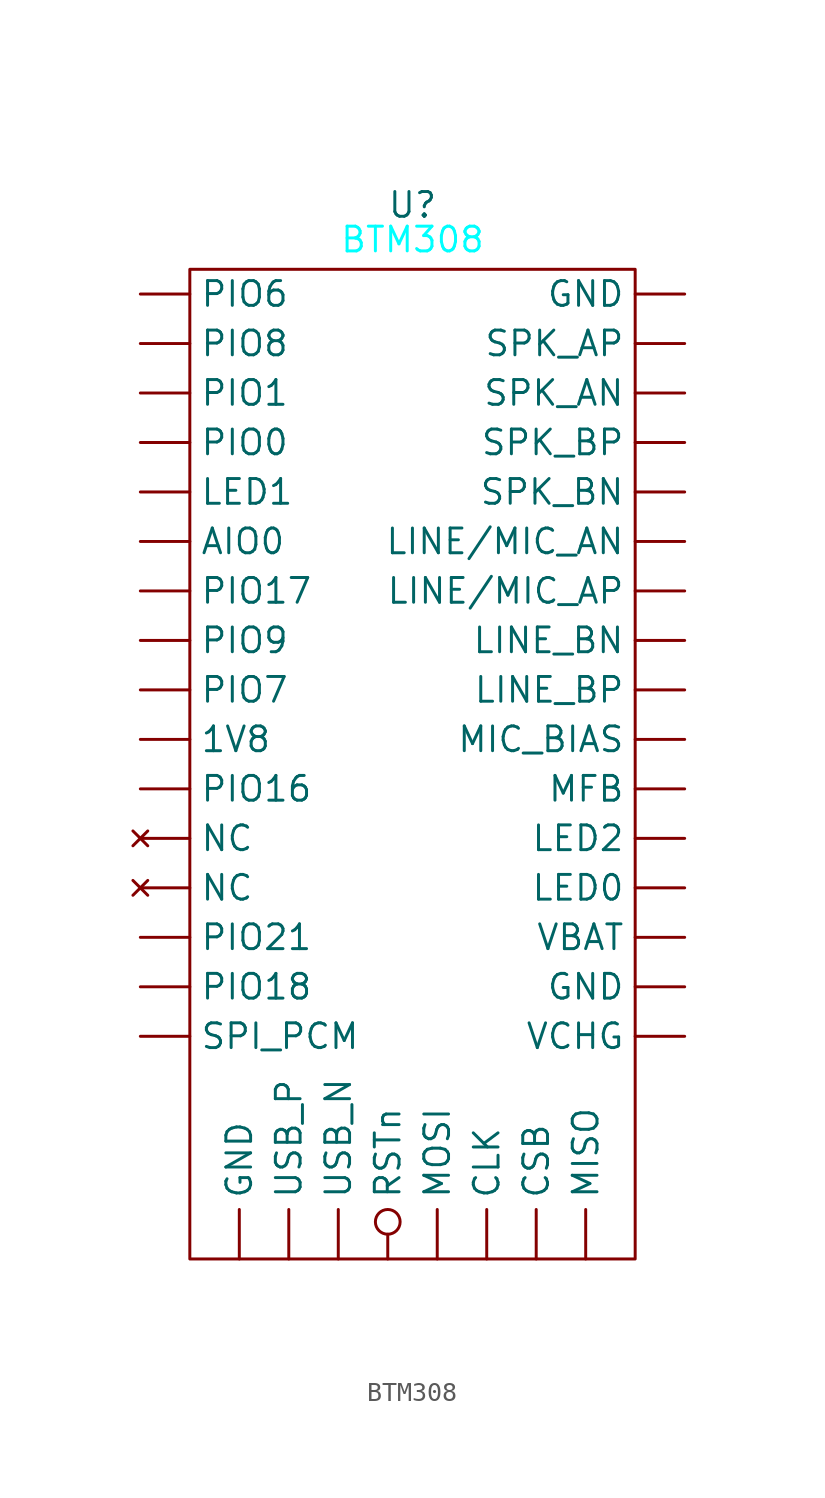
<source format=kicad_sym>
(kicad_symbol_lib
  (version 20241209)
  (generator "kicad_symbol_editor")
  (generator_version "9.0")
  (symbol "BTM308"
    (property "Reference" "U"
      (at 0 28.702 0)
      (effects (font (size 1.27 1.27))))
    (property "Value" ""
      (at 0 0 0)
      (effects (font (size 1.27 1.27))))
    (symbol "BTM308_0_1"
      (rectangle (start -11.43 25.4) (end 11.43 -25.4) (stroke (width 0) (type default)) (fill (type none))))
    (symbol "BTM308_1_1"
      (text "BTM308" (at 0 26.924 0) (effects (font (size 1.27 1.27) (color 0 255 255 1))))
      (pin bidirectional line (at -13.97 24.13 0) (length 2.54) (name "PIO6" (effects (font (size 1.27 1.27)))) (number "" (effects (font (size 1.27 1.27)))))
      (pin bidirectional line (at -13.97 21.59 0) (length 2.54) (name "PIO8" (effects (font (size 1.27 1.27)))) (number "" (effects (font (size 1.27 1.27)))))
      (pin bidirectional line (at -13.97 19.05 0) (length 2.54) (name "PIO1" (effects (font (size 1.27 1.27)))) (number "" (effects (font (size 1.27 1.27)))))
      (pin bidirectional line (at -13.97 16.51 0) (length 2.54) (name "PIO0" (effects (font (size 1.27 1.27)))) (number "" (effects (font (size 1.27 1.27)))))
      (pin bidirectional line (at -13.97 13.97 0) (length 2.54) (name "LED1" (effects (font (size 1.27 1.27)))) (number "" (effects (font (size 1.27 1.27)))))
      (pin bidirectional line (at -13.97 11.43 0) (length 2.54) (name "AIO0" (effects (font (size 1.27 1.27)))) (number "" (effects (font (size 1.27 1.27)))))
      (pin bidirectional line (at -13.97 8.89 0) (length 2.54) (name "PIO17" (effects (font (size 1.27 1.27)))) (number "" (effects (font (size 1.27 1.27)))))
      (pin bidirectional line (at -13.97 6.35 0) (length 2.54) (name "PIO9" (effects (font (size 1.27 1.27)))) (number "" (effects (font (size 1.27 1.27)))))
      (pin bidirectional line (at -13.97 3.81 0) (length 2.54) (name "PIO7" (effects (font (size 1.27 1.27)))) (number "" (effects (font (size 1.27 1.27)))))
      (pin power_out line (at -13.97 1.27 0) (length 2.54) (name "1V8" (effects (font (size 1.27 1.27)))) (number "" (effects (font (size 1.27 1.27)))))
      (pin bidirectional line (at -13.97 -1.27 0) (length 2.54) (name "PIO16" (effects (font (size 1.27 1.27)))) (number "" (effects (font (size 1.27 1.27)))))
      (pin no_connect line (at -13.97 -3.81 0) (length 2.54) (name "NC" (effects (font (size 1.27 1.27)))) (number "" (effects (font (size 1.27 1.27)))))
      (pin no_connect line (at -13.97 -6.35 0) (length 2.54) (name "NC" (effects (font (size 1.27 1.27)))) (number "" (effects (font (size 1.27 1.27)))))
      (pin bidirectional line (at -13.97 -8.89 0) (length 2.54) (name "PIO21" (effects (font (size 1.27 1.27)))) (number "" (effects (font (size 1.27 1.27)))))
      (pin bidirectional line (at -13.97 -11.43 0) (length 2.54) (name "PIO18" (effects (font (size 1.27 1.27)))) (number "" (effects (font (size 1.27 1.27)))))
      (pin input line (at -13.97 -13.97 0) (length 2.54) (name "SPI_PCM" (effects (font (size 1.27 1.27)))) (number "" (effects (font (size 1.27 1.27)))))
      (pin power_in line (at -8.89 -25.4 90) (length 2.54) (name "GND" (effects (font (size 1.27 1.27)))) (number "" (effects (font (size 1.27 1.27)))))
      (pin bidirectional line (at -6.35 -25.4 90) (length 2.54) (name "USB_P" (effects (font (size 1.27 1.27)))) (number "" (effects (font (size 1.27 1.27)))))
      (pin bidirectional line (at -3.81 -25.4 90) (length 2.54) (name "USB_N" (effects (font (size 1.27 1.27)))) (number "" (effects (font (size 1.27 1.27)))))
      (pin input inverted (at -1.27 -25.4 90) (length 2.54) (name "RSTn" (effects (font (size 1.27 1.27)))) (number "" (effects (font (size 1.27 1.27)))))
      (pin bidirectional line (at 1.27 -25.4 90) (length 2.54) (name "MOSI" (effects (font (size 1.27 1.27)))) (number "" (effects (font (size 1.27 1.27)))))
      (pin bidirectional line (at 3.81 -25.4 90) (length 2.54) (name "CLK" (effects (font (size 1.27 1.27)))) (number "" (effects (font (size 1.27 1.27)))))
      (pin bidirectional line (at 6.35 -25.4 90) (length 2.54) (name "CSB" (effects (font (size 1.27 1.27)))) (number "" (effects (font (size 1.27 1.27)))))
      (pin bidirectional line (at 8.89 -25.4 90) (length 2.54) (name "MISO" (effects (font (size 1.27 1.27)))) (number "" (effects (font (size 1.27 1.27)))))
      (pin power_in line (at 13.97 24.13 180) (length 2.54) (name "GND" (effects (font (size 1.27 1.27)))) (number "" (effects (font (size 1.27 1.27)))))
      (pin output line (at 13.97 21.59 180) (length 2.54) (name "SPK_AP" (effects (font (size 1.27 1.27)))) (number "" (effects (font (size 1.27 1.27)))))
      (pin output line (at 13.97 19.05 180) (length 2.54) (name "SPK_AN" (effects (font (size 1.27 1.27)))) (number "" (effects (font (size 1.27 1.27)))))
      (pin output line (at 13.97 16.51 180) (length 2.54) (name "SPK_BP" (effects (font (size 1.27 1.27)))) (number "" (effects (font (size 1.27 1.27)))))
      (pin output line (at 13.97 13.97 180) (length 2.54) (name "SPK_BN" (effects (font (size 1.27 1.27)))) (number "" (effects (font (size 1.27 1.27)))))
      (pin input line (at 13.97 11.43 180) (length 2.54) (name "LINE/MIC_AN" (effects (font (size 1.27 1.27)))) (number "" (effects (font (size 1.27 1.27)))))
      (pin input line (at 13.97 8.89 180) (length 2.54) (name "LINE/MIC_AP" (effects (font (size 1.27 1.27)))) (number "" (effects (font (size 1.27 1.27)))))
      (pin input line (at 13.97 6.35 180) (length 2.54) (name "LINE_BN" (effects (font (size 1.27 1.27)))) (number "" (effects (font (size 1.27 1.27)))))
      (pin input line (at 13.97 3.81 180) (length 2.54) (name "LINE_BP" (effects (font (size 1.27 1.27)))) (number "" (effects (font (size 1.27 1.27)))))
      (pin output line (at 13.97 1.27 180) (length 2.54) (name "MIC_BIAS" (effects (font (size 1.27 1.27)))) (number "" (effects (font (size 1.27 1.27)))))
      (pin bidirectional line (at 13.97 -1.27 180) (length 2.54) (name "MFB" (effects (font (size 1.27 1.27)))) (number "" (effects (font (size 1.27 1.27)))))
      (pin bidirectional line (at 13.97 -3.81 180) (length 2.54) (name "LED2" (effects (font (size 1.27 1.27)))) (number "" (effects (font (size 1.27 1.27)))))
      (pin bidirectional line (at 13.97 -6.35 180) (length 2.54) (name "LED0" (effects (font (size 1.27 1.27)))) (number "" (effects (font (size 1.27 1.27)))))
      (pin power_in line (at 13.97 -8.89 180) (length 2.54) (name "VBAT" (effects (font (size 1.27 1.27)))) (number "" (effects (font (size 1.27 1.27)))))
      (pin power_in line (at 13.97 -11.43 180) (length 2.54) (name "GND" (effects (font (size 1.27 1.27)))) (number "" (effects (font (size 1.27 1.27)))))
      (pin power_in line (at 13.97 -13.97 180) (length 2.54) (name "VCHG" (effects (font (size 1.27 1.27)))) (number "" (effects (font (size 1.27 1.27))))))))
</source>
